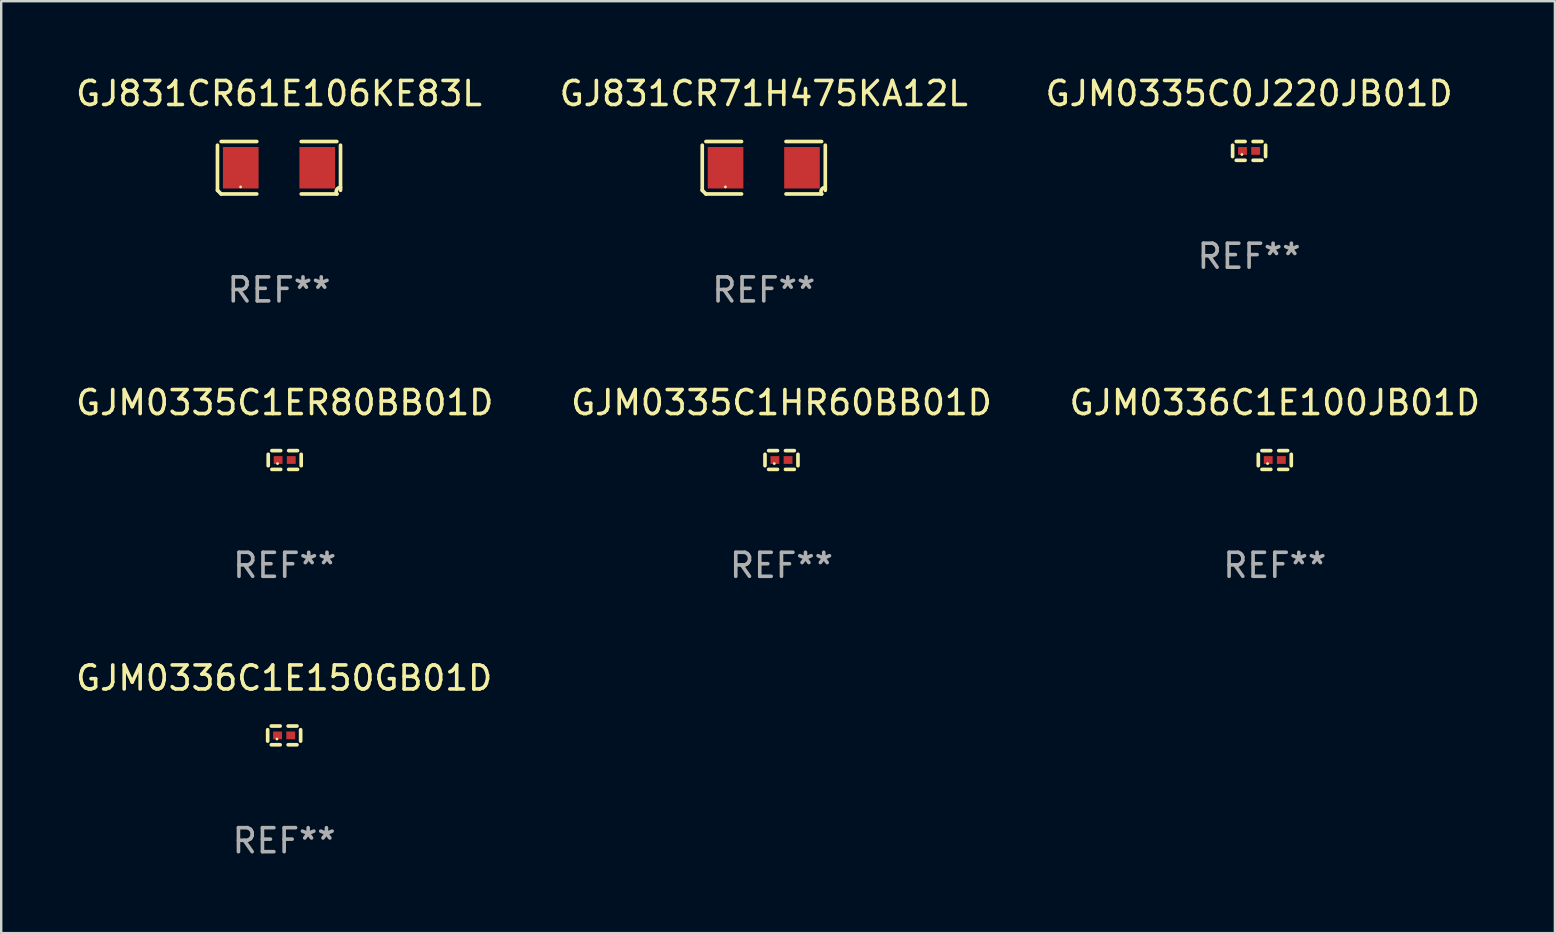
<source format=kicad_pcb>
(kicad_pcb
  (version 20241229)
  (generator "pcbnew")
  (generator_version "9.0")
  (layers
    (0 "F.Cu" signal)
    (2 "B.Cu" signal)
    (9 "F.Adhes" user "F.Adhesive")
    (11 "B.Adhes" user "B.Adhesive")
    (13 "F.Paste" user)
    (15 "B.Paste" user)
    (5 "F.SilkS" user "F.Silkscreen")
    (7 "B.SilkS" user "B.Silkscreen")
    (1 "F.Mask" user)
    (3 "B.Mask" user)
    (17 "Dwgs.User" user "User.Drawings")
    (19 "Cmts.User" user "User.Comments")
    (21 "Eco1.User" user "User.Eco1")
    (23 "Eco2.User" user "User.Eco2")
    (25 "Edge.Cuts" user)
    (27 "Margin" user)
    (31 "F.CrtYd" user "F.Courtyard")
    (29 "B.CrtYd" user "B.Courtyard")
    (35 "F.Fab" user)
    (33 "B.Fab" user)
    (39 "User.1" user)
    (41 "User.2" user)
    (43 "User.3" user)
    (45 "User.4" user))
  (footprint "GJM0336C1E100JB01D"
    (layer "F.Cu")
    (at 50.077 16.121)
    (property "Reference" "GJM0336C1E100JB01D" (at 0 -2.391 0) (layer "F.SilkS") (effects (font (size 1 1) (thickness 0.15))))
    (attr through_hole)
    (fp_line (start -0.687 0.238) (end -0.687 -0.238) (stroke (width 0.152) (type solid)) (layer "F.SilkS"))
    (fp_line (start -0.535 -0.391) (end -0.166 -0.391) (stroke (width 0.152) (type solid)) (layer "F.SilkS"))
    (fp_line (start -0.166 0.391) (end -0.535 0.391) (stroke (width 0.152) (type solid)) (layer "F.SilkS"))
    (fp_line (start 0.166 0.391) (end 0.535 0.391) (stroke (width 0.152) (type solid)) (layer "F.SilkS"))
    (fp_line (start 0.535 -0.391) (end 0.166 -0.391) (stroke (width 0.152) (type solid)) (layer "F.SilkS"))
    (fp_line (start 0.687 0.238) (end 0.687 -0.238) (stroke (width 0.152) (type solid)) (layer "F.SilkS"))
    (fp_circle (center -0.3 0.15) (end -0.27 0.15) (stroke (width 0.06) (type solid)) (fill no) (layer "F.SilkS"))
    (fp_text user "REF**" (at 0 4.391 0) (layer "F.Fab") (effects (font (size 1 1) (thickness 0.15))))
    (pad "1" smd rect (at -0.274 0) (size 0.368 0.324) (layers "F.Cu" "F.Mask" "F.Paste"))
    (pad "2" smd rect (at 0.274 0) (size 0.368 0.324) (layers "F.Cu" "F.Mask" "F.Paste")))
  (footprint "GJ831CR61E106KE83L"
    (layer "F.Cu")
    (at 8.577 3.941)
    (property "Reference" "GJ831CR61E106KE83L" (at 0 -3.093 0) (layer "F.SilkS") (effects (font (size 1 1) (thickness 0.15))))
    (attr through_hole)
    (fp_line (start -2.564 0.94) (end -2.564 -0.94) (stroke (width 0.152) (type solid)) (layer "F.SilkS"))
    (fp_line (start -2.411 -1.093) (end -0.926 -1.093) (stroke (width 0.152) (type solid)) (layer "F.SilkS"))
    (fp_line (start -0.926 1.093) (end -2.411 1.093) (stroke (width 0.152) (type solid)) (layer "F.SilkS"))
    (fp_line (start 0.926 1.093) (end 2.411 1.093) (stroke (width 0.152) (type solid)) (layer "F.SilkS"))
    (fp_line (start 2.411 -1.093) (end 0.926 -1.093) (stroke (width 0.152) (type solid)) (layer "F.SilkS"))
    (fp_line (start 2.564 0.94) (end 2.564 -0.94) (stroke (width 0.152) (type solid)) (layer "F.SilkS"))
    (fp_arc (start -2.411201 1.092609) (mid -2.487413 1.01642) (end -2.563602 0.940208) (stroke (width 0.1524) (type solid)) (layer "F.SilkS"))
    (fp_arc (start 2.411201 1.092609) (mid 2.407159 0.911226) (end 2.563602 0.819347) (stroke (width 0.1524) (type solid)) (layer "F.SilkS"))
    (fp_circle (center -1.6 0.8) (end -1.57 0.8) (stroke (width 0.06) (type solid)) (fill no) (layer "F.SilkS"))
    (fp_text user "REF**" (at 0 5.093 0) (layer "F.Fab") (effects (font (size 1 1) (thickness 0.15))))
    (pad "1" smd rect (at -1.593 0) (size 1.485 1.728) (layers "F.Cu" "F.Mask" "F.Paste"))
    (pad "2" smd rect (at 1.593 0) (size 1.485 1.728) (layers "F.Cu" "F.Mask" "F.Paste")))
  (footprint "GJ831CR71H475KA12L"
    (layer "F.Cu")
    (at 28.78 3.941)
    (property "Reference" "GJ831CR71H475KA12L" (at 0 -3.093 0) (layer "F.SilkS") (effects (font (size 1 1) (thickness 0.15))))
    (attr through_hole)
    (fp_line (start -2.564 0.94) (end -2.564 -0.94) (stroke (width 0.152) (type solid)) (layer "F.SilkS"))
    (fp_line (start -2.411 -1.093) (end -0.926 -1.093) (stroke (width 0.152) (type solid)) (layer "F.SilkS"))
    (fp_line (start -0.926 1.093) (end -2.411 1.093) (stroke (width 0.152) (type solid)) (layer "F.SilkS"))
    (fp_line (start 0.926 1.093) (end 2.411 1.093) (stroke (width 0.152) (type solid)) (layer "F.SilkS"))
    (fp_line (start 2.411 -1.093) (end 0.926 -1.093) (stroke (width 0.152) (type solid)) (layer "F.SilkS"))
    (fp_line (start 2.564 0.94) (end 2.564 -0.94) (stroke (width 0.152) (type solid)) (layer "F.SilkS"))
    (fp_arc (start -2.411201 1.092609) (mid -2.487413 1.01642) (end -2.563602 0.940208) (stroke (width 0.1524) (type solid)) (layer "F.SilkS"))
    (fp_arc (start 2.411201 1.092609) (mid 2.407159 0.911226) (end 2.563602 0.819347) (stroke (width 0.1524) (type solid)) (layer "F.SilkS"))
    (fp_circle (center -1.6 0.8) (end -1.57 0.8) (stroke (width 0.06) (type solid)) (fill no) (layer "F.SilkS"))
    (fp_text user "REF**" (at 0 5.093 0) (layer "F.Fab") (effects (font (size 1 1) (thickness 0.15))))
    (pad "1" smd rect (at -1.593 0) (size 1.485 1.728) (layers "F.Cu" "F.Mask" "F.Paste"))
    (pad "2" smd rect (at 1.593 0) (size 1.485 1.728) (layers "F.Cu" "F.Mask" "F.Paste")))
  (footprint "GJM0335C1HR60BB01D"
    (layer "F.Cu")
    (at 29.518 16.121)
    (property "Reference" "GJM0335C1HR60BB01D" (at 0 -2.391 0) (layer "F.SilkS") (effects (font (size 1 1) (thickness 0.15))))
    (attr through_hole)
    (fp_line (start -0.687 0.238) (end -0.687 -0.238) (stroke (width 0.152) (type solid)) (layer "F.SilkS"))
    (fp_line (start -0.535 -0.391) (end -0.166 -0.391) (stroke (width 0.152) (type solid)) (layer "F.SilkS"))
    (fp_line (start -0.166 0.391) (end -0.535 0.391) (stroke (width 0.152) (type solid)) (layer "F.SilkS"))
    (fp_line (start 0.166 0.391) (end 0.535 0.391) (stroke (width 0.152) (type solid)) (layer "F.SilkS"))
    (fp_line (start 0.535 -0.391) (end 0.166 -0.391) (stroke (width 0.152) (type solid)) (layer "F.SilkS"))
    (fp_line (start 0.687 0.238) (end 0.687 -0.238) (stroke (width 0.152) (type solid)) (layer "F.SilkS"))
    (fp_circle (center -0.3 0.15) (end -0.27 0.15) (stroke (width 0.06) (type solid)) (fill no) (layer "F.SilkS"))
    (fp_text user "REF**" (at 0 4.391 0) (layer "F.Fab") (effects (font (size 1 1) (thickness 0.15))))
    (pad "1" smd rect (at -0.274 0) (size 0.368 0.324) (layers "F.Cu" "F.Mask" "F.Paste"))
    (pad "2" smd rect (at 0.274 0) (size 0.368 0.324) (layers "F.Cu" "F.Mask" "F.Paste")))
  (footprint "GJM0335C0J220JB01D"
    (layer "F.Cu")
    (at 49.006 3.239)
    (property "Reference" "GJM0335C0J220JB01D" (at 0 -2.391 0) (layer "F.SilkS") (effects (font (size 1 1) (thickness 0.15))))
    (attr through_hole)
    (fp_line (start -0.687 0.238) (end -0.687 -0.238) (stroke (width 0.152) (type solid)) (layer "F.SilkS"))
    (fp_line (start -0.535 -0.391) (end -0.166 -0.391) (stroke (width 0.152) (type solid)) (layer "F.SilkS"))
    (fp_line (start -0.166 0.391) (end -0.535 0.391) (stroke (width 0.152) (type solid)) (layer "F.SilkS"))
    (fp_line (start 0.166 0.391) (end 0.535 0.391) (stroke (width 0.152) (type solid)) (layer "F.SilkS"))
    (fp_line (start 0.535 -0.391) (end 0.166 -0.391) (stroke (width 0.152) (type solid)) (layer "F.SilkS"))
    (fp_line (start 0.687 0.238) (end 0.687 -0.238) (stroke (width 0.152) (type solid)) (layer "F.SilkS"))
    (fp_circle (center -0.3 0.15) (end -0.27 0.15) (stroke (width 0.06) (type solid)) (fill no) (layer "F.SilkS"))
    (fp_text user "REF**" (at 0 4.391 0) (layer "F.Fab") (effects (font (size 1 1) (thickness 0.15))))
    (pad "1" smd rect (at -0.274 0) (size 0.368 0.324) (layers "F.Cu" "F.Mask" "F.Paste"))
    (pad "2" smd rect (at 0.274 0) (size 0.368 0.324) (layers "F.Cu" "F.Mask" "F.Paste")))
  (footprint "GJM0335C1ER80BB01D"
    (layer "F.Cu")
    (at 8.815 16.121)
    (property "Reference" "GJM0335C1ER80BB01D" (at 0 -2.391 0) (layer "F.SilkS") (effects (font (size 1 1) (thickness 0.15))))
    (attr through_hole)
    (fp_line (start -0.687 0.238) (end -0.687 -0.238) (stroke (width 0.152) (type solid)) (layer "F.SilkS"))
    (fp_line (start -0.535 -0.391) (end -0.166 -0.391) (stroke (width 0.152) (type solid)) (layer "F.SilkS"))
    (fp_line (start -0.166 0.391) (end -0.535 0.391) (stroke (width 0.152) (type solid)) (layer "F.SilkS"))
    (fp_line (start 0.166 0.391) (end 0.535 0.391) (stroke (width 0.152) (type solid)) (layer "F.SilkS"))
    (fp_line (start 0.535 -0.391) (end 0.166 -0.391) (stroke (width 0.152) (type solid)) (layer "F.SilkS"))
    (fp_line (start 0.687 0.238) (end 0.687 -0.238) (stroke (width 0.152) (type solid)) (layer "F.SilkS"))
    (fp_circle (center -0.3 0.15) (end -0.27 0.15) (stroke (width 0.06) (type solid)) (fill no) (layer "F.SilkS"))
    (fp_text user "REF**" (at 0 4.391 0) (layer "F.Fab") (effects (font (size 1 1) (thickness 0.15))))
    (pad "1" smd rect (at -0.274 0) (size 0.368 0.324) (layers "F.Cu" "F.Mask" "F.Paste"))
    (pad "2" smd rect (at 0.274 0) (size 0.368 0.324) (layers "F.Cu" "F.Mask" "F.Paste")))
  (footprint "GJM0336C1E150GB01D"
    (layer "F.Cu")
    (at 8.792 27.598)
    (property "Reference" "GJM0336C1E150GB01D" (at 0 -2.391 0) (layer "F.SilkS") (effects (font (size 1 1) (thickness 0.15))))
    (attr through_hole)
    (fp_line (start -0.687 0.238) (end -0.687 -0.238) (stroke (width 0.152) (type solid)) (layer "F.SilkS"))
    (fp_line (start -0.535 -0.391) (end -0.166 -0.391) (stroke (width 0.152) (type solid)) (layer "F.SilkS"))
    (fp_line (start -0.166 0.391) (end -0.535 0.391) (stroke (width 0.152) (type solid)) (layer "F.SilkS"))
    (fp_line (start 0.166 0.391) (end 0.535 0.391) (stroke (width 0.152) (type solid)) (layer "F.SilkS"))
    (fp_line (start 0.535 -0.391) (end 0.166 -0.391) (stroke (width 0.152) (type solid)) (layer "F.SilkS"))
    (fp_line (start 0.687 0.238) (end 0.687 -0.238) (stroke (width 0.152) (type solid)) (layer "F.SilkS"))
    (fp_circle (center -0.3 0.15) (end -0.27 0.15) (stroke (width 0.06) (type solid)) (fill no) (layer "F.SilkS"))
    (fp_text user "REF**" (at 0 4.391 0) (layer "F.Fab") (effects (font (size 1 1) (thickness 0.15))))
    (pad "1" smd rect (at -0.274 0) (size 0.368 0.324) (layers "F.Cu" "F.Mask" "F.Paste"))
    (pad "2" smd rect (at 0.274 0) (size 0.368 0.324) (layers "F.Cu" "F.Mask" "F.Paste")))
  (gr_rect
    (start -3 -3)
    (end 61.75 35.837)
    (stroke (width 0.1) (type default))
    (fill no)
    (layer "Edge.Cuts")))
</source>
